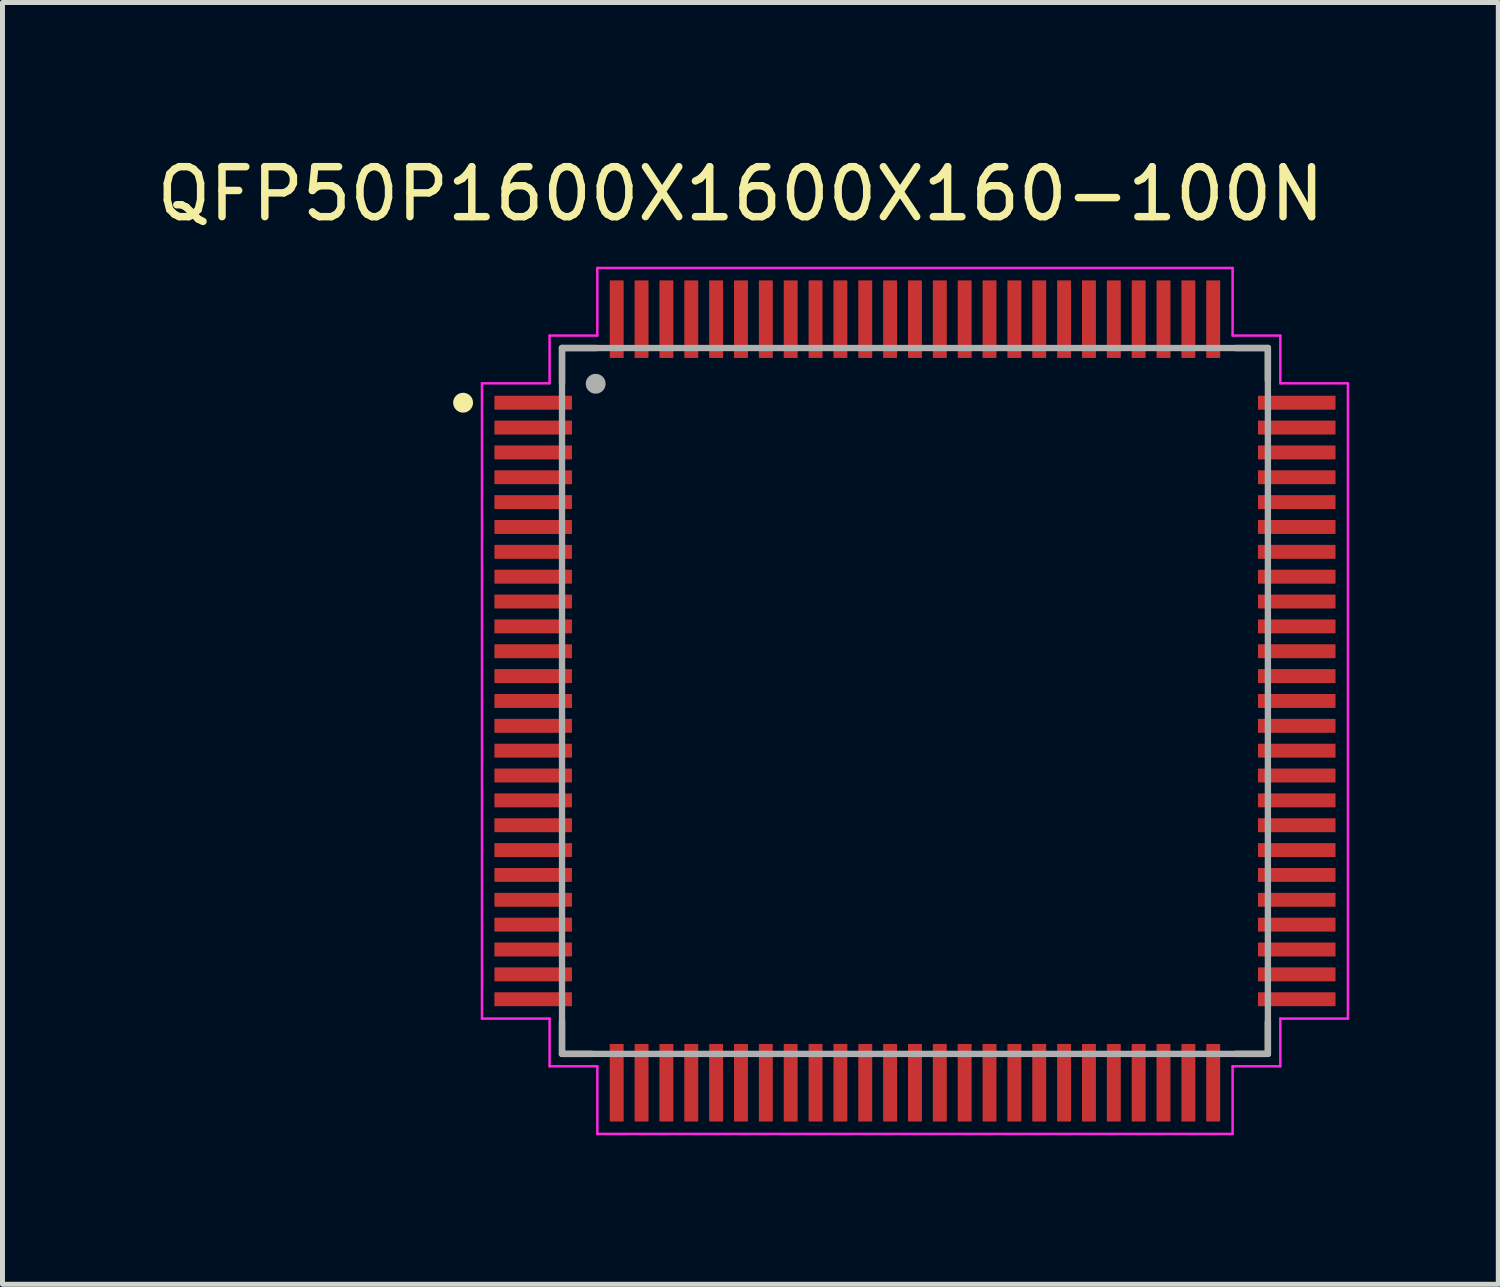
<source format=kicad_pcb>
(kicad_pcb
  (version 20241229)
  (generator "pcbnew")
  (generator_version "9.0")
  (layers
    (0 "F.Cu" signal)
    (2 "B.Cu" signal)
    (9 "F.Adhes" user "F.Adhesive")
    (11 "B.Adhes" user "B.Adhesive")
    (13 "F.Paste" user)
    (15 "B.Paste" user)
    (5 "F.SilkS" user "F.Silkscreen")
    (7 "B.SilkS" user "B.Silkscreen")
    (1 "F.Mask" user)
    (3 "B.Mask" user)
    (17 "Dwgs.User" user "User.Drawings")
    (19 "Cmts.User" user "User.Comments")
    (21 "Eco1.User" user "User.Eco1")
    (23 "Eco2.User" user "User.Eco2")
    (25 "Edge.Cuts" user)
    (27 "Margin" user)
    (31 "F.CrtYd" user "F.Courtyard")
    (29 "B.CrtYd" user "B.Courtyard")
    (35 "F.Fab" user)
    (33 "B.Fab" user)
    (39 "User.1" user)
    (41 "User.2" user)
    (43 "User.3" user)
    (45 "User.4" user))
  (footprint "QFP50P1600X1600X160-100N"
    (layer "F.Cu")
    (at 15.356 11.051)
    (property "Reference" "QFP50P1600X1600X160-100N" (at -3.507 -10.2 0) (layer "F.SilkS") (effects (font (size 1.005 1.005) (thickness 0.15))))
    (attr smd)
    (fp_line (start -7.1 -7.1) (end -6.4 -7.1) (stroke (width 0.127) (type solid)) (layer "F.SilkS"))
    (fp_line (start -7.1 -6.4) (end -7.1 -7.1) (stroke (width 0.127) (type solid)) (layer "F.SilkS"))
    (fp_line (start -7.1 6.45) (end -7.1 7.1) (stroke (width 0.127) (type solid)) (layer "F.SilkS"))
    (fp_line (start -7.1 7.1) (end -6.5 7.1) (stroke (width 0.127) (type solid)) (layer "F.SilkS"))
    (fp_line (start 6.45 -7.1) (end 7.1 -7.1) (stroke (width 0.127) (type solid)) (layer "F.SilkS"))
    (fp_line (start 6.45 7.1) (end 7.1 7.1) (stroke (width 0.127) (type solid)) (layer "F.SilkS"))
    (fp_line (start 7.1 -7.1) (end 7.1 -6.45) (stroke (width 0.127) (type solid)) (layer "F.SilkS"))
    (fp_line (start 7.1 7.1) (end 7.1 6.45) (stroke (width 0.127) (type solid)) (layer "F.SilkS"))
    (fp_circle (center -9.09 -6) (end -8.99 -6) (stroke (width 0.2) (type solid)) (fill no) (layer "F.SilkS"))
    (fp_line (start -8.71 -6.39) (end -8.71 6.39) (stroke (width 0.05) (type solid)) (layer "F.CrtYd"))
    (fp_line (start -8.71 6.39) (end -7.35 6.39) (stroke (width 0.05) (type solid)) (layer "F.CrtYd"))
    (fp_line (start -7.35 -7.35) (end -7.35 -6.39) (stroke (width 0.05) (type solid)) (layer "F.CrtYd"))
    (fp_line (start -7.35 -6.39) (end -8.71 -6.39) (stroke (width 0.05) (type solid)) (layer "F.CrtYd"))
    (fp_line (start -7.35 6.39) (end -7.35 7.35) (stroke (width 0.05) (type solid)) (layer "F.CrtYd"))
    (fp_line (start -7.35 7.35) (end -6.39 7.35) (stroke (width 0.05) (type solid)) (layer "F.CrtYd"))
    (fp_line (start -6.39 -8.71) (end -6.39 -7.35) (stroke (width 0.05) (type solid)) (layer "F.CrtYd"))
    (fp_line (start -6.39 -7.35) (end -7.35 -7.35) (stroke (width 0.05) (type solid)) (layer "F.CrtYd"))
    (fp_line (start -6.39 7.35) (end -6.39 8.71) (stroke (width 0.05) (type solid)) (layer "F.CrtYd"))
    (fp_line (start -6.39 8.71) (end 6.39 8.71) (stroke (width 0.05) (type solid)) (layer "F.CrtYd"))
    (fp_line (start 6.39 -8.71) (end -6.39 -8.71) (stroke (width 0.05) (type solid)) (layer "F.CrtYd"))
    (fp_line (start 6.39 -7.35) (end 6.39 -8.71) (stroke (width 0.05) (type solid)) (layer "F.CrtYd"))
    (fp_line (start 6.39 7.35) (end 7.35 7.35) (stroke (width 0.05) (type solid)) (layer "F.CrtYd"))
    (fp_line (start 6.39 8.71) (end 6.39 7.35) (stroke (width 0.05) (type solid)) (layer "F.CrtYd"))
    (fp_line (start 7.35 -7.35) (end 6.39 -7.35) (stroke (width 0.05) (type solid)) (layer "F.CrtYd"))
    (fp_line (start 7.35 -6.39) (end 7.35 -7.35) (stroke (width 0.05) (type solid)) (layer "F.CrtYd"))
    (fp_line (start 7.35 6.39) (end 8.71 6.39) (stroke (width 0.05) (type solid)) (layer "F.CrtYd"))
    (fp_line (start 7.35 7.35) (end 7.35 6.39) (stroke (width 0.05) (type solid)) (layer "F.CrtYd"))
    (fp_line (start 8.71 -6.39) (end 7.35 -6.39) (stroke (width 0.05) (type solid)) (layer "F.CrtYd"))
    (fp_line (start 8.71 6.39) (end 8.71 -6.39) (stroke (width 0.05) (type solid)) (layer "F.CrtYd"))
    (fp_line (start -7.1 -7.1) (end 7.1 -7.1) (stroke (width 0.127) (type solid)) (layer "F.Fab"))
    (fp_line (start -7.1 7.1) (end -7.1 -7.1) (stroke (width 0.127) (type solid)) (layer "F.Fab"))
    (fp_line (start 7.1 -7.1) (end 7.1 7.1) (stroke (width 0.127) (type solid)) (layer "F.Fab"))
    (fp_line (start 7.1 7.1) (end -7.1 7.1) (stroke (width 0.127) (type solid)) (layer "F.Fab"))
    (fp_circle (center -6.423 -6.381) (end -6.323 -6.381) (stroke (width 0.2) (type solid)) (fill no) (layer "F.Fab"))
    (pad "1" smd roundrect (at -7.68 -6) (size 1.56 0.28) (layers "F.Cu" "F.Mask" "F.Paste") (roundrect_rratio 0.035))
    (pad "2" smd roundrect (at -7.68 -5.5) (size 1.56 0.28) (layers "F.Cu" "F.Mask" "F.Paste") (roundrect_rratio 0.035))
    (pad "3" smd roundrect (at -7.68 -5) (size 1.56 0.28) (layers "F.Cu" "F.Mask" "F.Paste") (roundrect_rratio 0.035))
    (pad "4" smd roundrect (at -7.68 -4.5) (size 1.56 0.28) (layers "F.Cu" "F.Mask" "F.Paste") (roundrect_rratio 0.035))
    (pad "5" smd roundrect (at -7.68 -4) (size 1.56 0.28) (layers "F.Cu" "F.Mask" "F.Paste") (roundrect_rratio 0.035))
    (pad "6" smd roundrect (at -7.68 -3.5) (size 1.56 0.28) (layers "F.Cu" "F.Mask" "F.Paste") (roundrect_rratio 0.035))
    (pad "7" smd roundrect (at -7.68 -3) (size 1.56 0.28) (layers "F.Cu" "F.Mask" "F.Paste") (roundrect_rratio 0.035))
    (pad "8" smd roundrect (at -7.68 -2.5) (size 1.56 0.28) (layers "F.Cu" "F.Mask" "F.Paste") (roundrect_rratio 0.035))
    (pad "9" smd roundrect (at -7.68 -2) (size 1.56 0.28) (layers "F.Cu" "F.Mask" "F.Paste") (roundrect_rratio 0.035))
    (pad "10" smd roundrect (at -7.68 -1.5) (size 1.56 0.28) (layers "F.Cu" "F.Mask" "F.Paste") (roundrect_rratio 0.035))
    (pad "11" smd roundrect (at -7.68 -1) (size 1.56 0.28) (layers "F.Cu" "F.Mask" "F.Paste") (roundrect_rratio 0.035))
    (pad "12" smd roundrect (at -7.68 -0.5) (size 1.56 0.28) (layers "F.Cu" "F.Mask" "F.Paste") (roundrect_rratio 0.035))
    (pad "13" smd roundrect (at -7.68 0) (size 1.56 0.28) (layers "F.Cu" "F.Mask" "F.Paste") (roundrect_rratio 0.035))
    (pad "14" smd roundrect (at -7.68 0.5) (size 1.56 0.28) (layers "F.Cu" "F.Mask" "F.Paste") (roundrect_rratio 0.035))
    (pad "15" smd roundrect (at -7.68 1) (size 1.56 0.28) (layers "F.Cu" "F.Mask" "F.Paste") (roundrect_rratio 0.035))
    (pad "16" smd roundrect (at -7.68 1.5) (size 1.56 0.28) (layers "F.Cu" "F.Mask" "F.Paste") (roundrect_rratio 0.035))
    (pad "17" smd roundrect (at -7.68 2) (size 1.56 0.28) (layers "F.Cu" "F.Mask" "F.Paste") (roundrect_rratio 0.035))
    (pad "18" smd roundrect (at -7.68 2.5) (size 1.56 0.28) (layers "F.Cu" "F.Mask" "F.Paste") (roundrect_rratio 0.035))
    (pad "19" smd roundrect (at -7.68 3) (size 1.56 0.28) (layers "F.Cu" "F.Mask" "F.Paste") (roundrect_rratio 0.035))
    (pad "20" smd roundrect (at -7.68 3.5) (size 1.56 0.28) (layers "F.Cu" "F.Mask" "F.Paste") (roundrect_rratio 0.035))
    (pad "21" smd roundrect (at -7.68 4) (size 1.56 0.28) (layers "F.Cu" "F.Mask" "F.Paste") (roundrect_rratio 0.035))
    (pad "22" smd roundrect (at -7.68 4.5) (size 1.56 0.28) (layers "F.Cu" "F.Mask" "F.Paste") (roundrect_rratio 0.035))
    (pad "23" smd roundrect (at -7.68 5) (size 1.56 0.28) (layers "F.Cu" "F.Mask" "F.Paste") (roundrect_rratio 0.035))
    (pad "24" smd roundrect (at -7.68 5.5) (size 1.56 0.28) (layers "F.Cu" "F.Mask" "F.Paste") (roundrect_rratio 0.035))
    (pad "25" smd roundrect (at -7.68 6) (size 1.56 0.28) (layers "F.Cu" "F.Mask" "F.Paste") (roundrect_rratio 0.035))
    (pad "26" smd roundrect (at -6 7.68) (size 0.28 1.56) (layers "F.Cu" "F.Mask" "F.Paste") (roundrect_rratio 0.035))
    (pad "27" smd roundrect (at -5.5 7.68) (size 0.28 1.56) (layers "F.Cu" "F.Mask" "F.Paste") (roundrect_rratio 0.035))
    (pad "28" smd roundrect (at -5 7.68) (size 0.28 1.56) (layers "F.Cu" "F.Mask" "F.Paste") (roundrect_rratio 0.035))
    (pad "29" smd roundrect (at -4.5 7.68) (size 0.28 1.56) (layers "F.Cu" "F.Mask" "F.Paste") (roundrect_rratio 0.035))
    (pad "30" smd roundrect (at -4 7.68) (size 0.28 1.56) (layers "F.Cu" "F.Mask" "F.Paste") (roundrect_rratio 0.035))
    (pad "31" smd roundrect (at -3.5 7.68) (size 0.28 1.56) (layers "F.Cu" "F.Mask" "F.Paste") (roundrect_rratio 0.035))
    (pad "32" smd roundrect (at -3 7.68) (size 0.28 1.56) (layers "F.Cu" "F.Mask" "F.Paste") (roundrect_rratio 0.035))
    (pad "33" smd roundrect (at -2.5 7.68) (size 0.28 1.56) (layers "F.Cu" "F.Mask" "F.Paste") (roundrect_rratio 0.035))
    (pad "34" smd roundrect (at -2 7.68) (size 0.28 1.56) (layers "F.Cu" "F.Mask" "F.Paste") (roundrect_rratio 0.035))
    (pad "35" smd roundrect (at -1.5 7.68) (size 0.28 1.56) (layers "F.Cu" "F.Mask" "F.Paste") (roundrect_rratio 0.035))
    (pad "36" smd roundrect (at -1 7.68) (size 0.28 1.56) (layers "F.Cu" "F.Mask" "F.Paste") (roundrect_rratio 0.035))
    (pad "37" smd roundrect (at -0.5 7.68) (size 0.28 1.56) (layers "F.Cu" "F.Mask" "F.Paste") (roundrect_rratio 0.035))
    (pad "38" smd roundrect (at 0 7.68) (size 0.28 1.56) (layers "F.Cu" "F.Mask" "F.Paste") (roundrect_rratio 0.035))
    (pad "39" smd roundrect (at 0.5 7.68) (size 0.28 1.56) (layers "F.Cu" "F.Mask" "F.Paste") (roundrect_rratio 0.035))
    (pad "40" smd roundrect (at 1 7.68) (size 0.28 1.56) (layers "F.Cu" "F.Mask" "F.Paste") (roundrect_rratio 0.035))
    (pad "41" smd roundrect (at 1.5 7.68) (size 0.28 1.56) (layers "F.Cu" "F.Mask" "F.Paste") (roundrect_rratio 0.035))
    (pad "42" smd roundrect (at 2 7.68) (size 0.28 1.56) (layers "F.Cu" "F.Mask" "F.Paste") (roundrect_rratio 0.035))
    (pad "43" smd roundrect (at 2.5 7.68) (size 0.28 1.56) (layers "F.Cu" "F.Mask" "F.Paste") (roundrect_rratio 0.035))
    (pad "44" smd roundrect (at 3 7.68) (size 0.28 1.56) (layers "F.Cu" "F.Mask" "F.Paste") (roundrect_rratio 0.035))
    (pad "45" smd roundrect (at 3.5 7.68) (size 0.28 1.56) (layers "F.Cu" "F.Mask" "F.Paste") (roundrect_rratio 0.035))
    (pad "46" smd roundrect (at 4 7.68) (size 0.28 1.56) (layers "F.Cu" "F.Mask" "F.Paste") (roundrect_rratio 0.035))
    (pad "47" smd roundrect (at 4.5 7.68) (size 0.28 1.56) (layers "F.Cu" "F.Mask" "F.Paste") (roundrect_rratio 0.035))
    (pad "48" smd roundrect (at 5 7.68) (size 0.28 1.56) (layers "F.Cu" "F.Mask" "F.Paste") (roundrect_rratio 0.035))
    (pad "49" smd roundrect (at 5.5 7.68) (size 0.28 1.56) (layers "F.Cu" "F.Mask" "F.Paste") (roundrect_rratio 0.035))
    (pad "50" smd roundrect (at 6 7.68) (size 0.28 1.56) (layers "F.Cu" "F.Mask" "F.Paste") (roundrect_rratio 0.035))
    (pad "51" smd roundrect (at 7.68 6) (size 1.56 0.28) (layers "F.Cu" "F.Mask" "F.Paste") (roundrect_rratio 0.035))
    (pad "52" smd roundrect (at 7.68 5.5) (size 1.56 0.28) (layers "F.Cu" "F.Mask" "F.Paste") (roundrect_rratio 0.035))
    (pad "53" smd roundrect (at 7.68 5) (size 1.56 0.28) (layers "F.Cu" "F.Mask" "F.Paste") (roundrect_rratio 0.035))
    (pad "54" smd roundrect (at 7.68 4.5) (size 1.56 0.28) (layers "F.Cu" "F.Mask" "F.Paste") (roundrect_rratio 0.035))
    (pad "55" smd roundrect (at 7.68 4) (size 1.56 0.28) (layers "F.Cu" "F.Mask" "F.Paste") (roundrect_rratio 0.035))
    (pad "56" smd roundrect (at 7.68 3.5) (size 1.56 0.28) (layers "F.Cu" "F.Mask" "F.Paste") (roundrect_rratio 0.035))
    (pad "57" smd roundrect (at 7.68 3) (size 1.56 0.28) (layers "F.Cu" "F.Mask" "F.Paste") (roundrect_rratio 0.035))
    (pad "58" smd roundrect (at 7.68 2.5) (size 1.56 0.28) (layers "F.Cu" "F.Mask" "F.Paste") (roundrect_rratio 0.035))
    (pad "59" smd roundrect (at 7.68 2) (size 1.56 0.28) (layers "F.Cu" "F.Mask" "F.Paste") (roundrect_rratio 0.035))
    (pad "60" smd roundrect (at 7.68 1.5) (size 1.56 0.28) (layers "F.Cu" "F.Mask" "F.Paste") (roundrect_rratio 0.035))
    (pad "61" smd roundrect (at 7.68 1) (size 1.56 0.28) (layers "F.Cu" "F.Mask" "F.Paste") (roundrect_rratio 0.035))
    (pad "62" smd roundrect (at 7.68 0.5) (size 1.56 0.28) (layers "F.Cu" "F.Mask" "F.Paste") (roundrect_rratio 0.035))
    (pad "63" smd roundrect (at 7.68 0) (size 1.56 0.28) (layers "F.Cu" "F.Mask" "F.Paste") (roundrect_rratio 0.035))
    (pad "64" smd roundrect (at 7.68 -0.5) (size 1.56 0.28) (layers "F.Cu" "F.Mask" "F.Paste") (roundrect_rratio 0.035))
    (pad "65" smd roundrect (at 7.68 -1) (size 1.56 0.28) (layers "F.Cu" "F.Mask" "F.Paste") (roundrect_rratio 0.035))
    (pad "66" smd roundrect (at 7.68 -1.5) (size 1.56 0.28) (layers "F.Cu" "F.Mask" "F.Paste") (roundrect_rratio 0.035))
    (pad "67" smd roundrect (at 7.68 -2) (size 1.56 0.28) (layers "F.Cu" "F.Mask" "F.Paste") (roundrect_rratio 0.035))
    (pad "68" smd roundrect (at 7.68 -2.5) (size 1.56 0.28) (layers "F.Cu" "F.Mask" "F.Paste") (roundrect_rratio 0.035))
    (pad "69" smd roundrect (at 7.68 -3) (size 1.56 0.28) (layers "F.Cu" "F.Mask" "F.Paste") (roundrect_rratio 0.035))
    (pad "70" smd roundrect (at 7.68 -3.5) (size 1.56 0.28) (layers "F.Cu" "F.Mask" "F.Paste") (roundrect_rratio 0.035))
    (pad "71" smd roundrect (at 7.68 -4) (size 1.56 0.28) (layers "F.Cu" "F.Mask" "F.Paste") (roundrect_rratio 0.035))
    (pad "72" smd roundrect (at 7.68 -4.5) (size 1.56 0.28) (layers "F.Cu" "F.Mask" "F.Paste") (roundrect_rratio 0.035))
    (pad "73" smd roundrect (at 7.68 -5) (size 1.56 0.28) (layers "F.Cu" "F.Mask" "F.Paste") (roundrect_rratio 0.035))
    (pad "74" smd roundrect (at 7.68 -5.5) (size 1.56 0.28) (layers "F.Cu" "F.Mask" "F.Paste") (roundrect_rratio 0.035))
    (pad "75" smd roundrect (at 7.68 -6) (size 1.56 0.28) (layers "F.Cu" "F.Mask" "F.Paste") (roundrect_rratio 0.035))
    (pad "76" smd roundrect (at 6 -7.68) (size 0.28 1.56) (layers "F.Cu" "F.Mask" "F.Paste") (roundrect_rratio 0.035))
    (pad "77" smd roundrect (at 5.5 -7.68) (size 0.28 1.56) (layers "F.Cu" "F.Mask" "F.Paste") (roundrect_rratio 0.035))
    (pad "78" smd roundrect (at 5 -7.68) (size 0.28 1.56) (layers "F.Cu" "F.Mask" "F.Paste") (roundrect_rratio 0.035))
    (pad "79" smd roundrect (at 4.5 -7.68) (size 0.28 1.56) (layers "F.Cu" "F.Mask" "F.Paste") (roundrect_rratio 0.035))
    (pad "80" smd roundrect (at 4 -7.68) (size 0.28 1.56) (layers "F.Cu" "F.Mask" "F.Paste") (roundrect_rratio 0.035))
    (pad "81" smd roundrect (at 3.5 -7.68) (size 0.28 1.56) (layers "F.Cu" "F.Mask" "F.Paste") (roundrect_rratio 0.035))
    (pad "82" smd roundrect (at 3 -7.68) (size 0.28 1.56) (layers "F.Cu" "F.Mask" "F.Paste") (roundrect_rratio 0.035))
    (pad "83" smd roundrect (at 2.5 -7.68) (size 0.28 1.56) (layers "F.Cu" "F.Mask" "F.Paste") (roundrect_rratio 0.035))
    (pad "84" smd roundrect (at 2 -7.68) (size 0.28 1.56) (layers "F.Cu" "F.Mask" "F.Paste") (roundrect_rratio 0.035))
    (pad "85" smd roundrect (at 1.5 -7.68) (size 0.28 1.56) (layers "F.Cu" "F.Mask" "F.Paste") (roundrect_rratio 0.035))
    (pad "86" smd roundrect (at 1 -7.68) (size 0.28 1.56) (layers "F.Cu" "F.Mask" "F.Paste") (roundrect_rratio 0.035))
    (pad "87" smd roundrect (at 0.5 -7.68) (size 0.28 1.56) (layers "F.Cu" "F.Mask" "F.Paste") (roundrect_rratio 0.035))
    (pad "88" smd roundrect (at 0 -7.68) (size 0.28 1.56) (layers "F.Cu" "F.Mask" "F.Paste") (roundrect_rratio 0.035))
    (pad "89" smd roundrect (at -0.5 -7.68) (size 0.28 1.56) (layers "F.Cu" "F.Mask" "F.Paste") (roundrect_rratio 0.035))
    (pad "90" smd roundrect (at -1 -7.68) (size 0.28 1.56) (layers "F.Cu" "F.Mask" "F.Paste") (roundrect_rratio 0.035))
    (pad "91" smd roundrect (at -1.5 -7.68) (size 0.28 1.56) (layers "F.Cu" "F.Mask" "F.Paste") (roundrect_rratio 0.035))
    (pad "92" smd roundrect (at -2 -7.68) (size 0.28 1.56) (layers "F.Cu" "F.Mask" "F.Paste") (roundrect_rratio 0.035))
    (pad "93" smd roundrect (at -2.5 -7.68) (size 0.28 1.56) (layers "F.Cu" "F.Mask" "F.Paste") (roundrect_rratio 0.035))
    (pad "94" smd roundrect (at -3 -7.68) (size 0.28 1.56) (layers "F.Cu" "F.Mask" "F.Paste") (roundrect_rratio 0.035))
    (pad "95" smd roundrect (at -3.5 -7.68) (size 0.28 1.56) (layers "F.Cu" "F.Mask" "F.Paste") (roundrect_rratio 0.035))
    (pad "96" smd roundrect (at -4 -7.68) (size 0.28 1.56) (layers "F.Cu" "F.Mask" "F.Paste") (roundrect_rratio 0.035))
    (pad "97" smd roundrect (at -4.5 -7.68) (size 0.28 1.56) (layers "F.Cu" "F.Mask" "F.Paste") (roundrect_rratio 0.035))
    (pad "98" smd roundrect (at -5 -7.68) (size 0.28 1.56) (layers "F.Cu" "F.Mask" "F.Paste") (roundrect_rratio 0.035))
    (pad "99" smd roundrect (at -5.5 -7.68) (size 0.28 1.56) (layers "F.Cu" "F.Mask" "F.Paste") (roundrect_rratio 0.035))
    (pad "100" smd roundrect (at -6 -7.68) (size 0.28 1.56) (layers "F.Cu" "F.Mask" "F.Paste") (roundrect_rratio 0.035)))
  (gr_rect
    (start -3 -3)
    (end 27.091 22.786)
    (stroke (width 0.1) (type default))
    (fill no)
    (layer "Edge.Cuts")))
</source>
